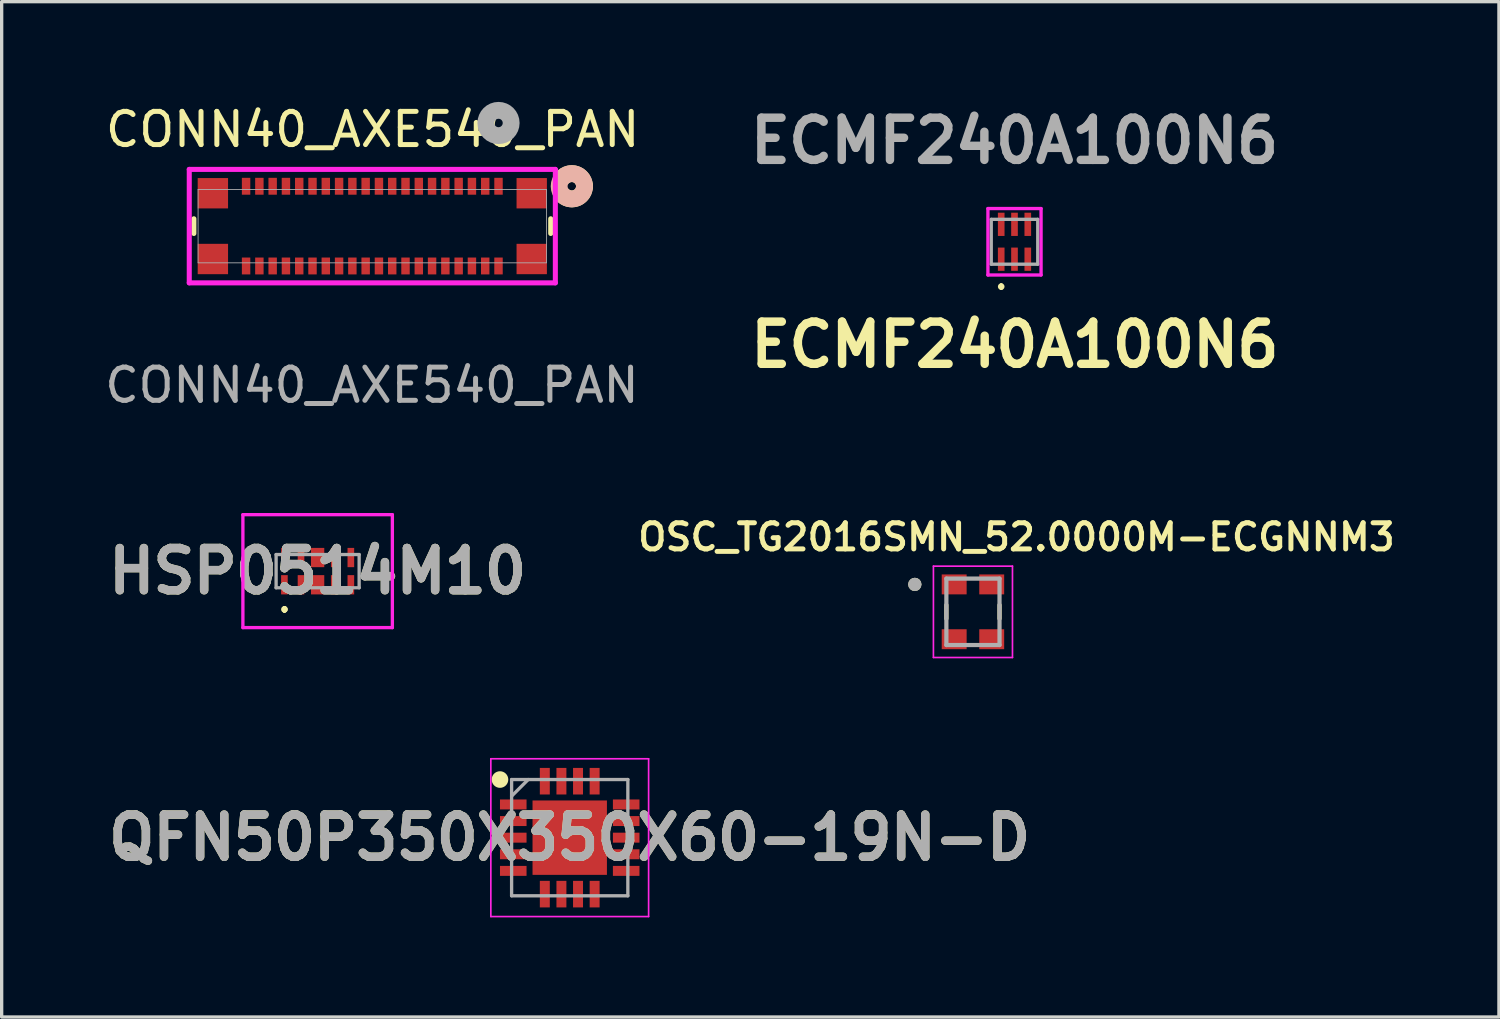
<source format=kicad_pcb>
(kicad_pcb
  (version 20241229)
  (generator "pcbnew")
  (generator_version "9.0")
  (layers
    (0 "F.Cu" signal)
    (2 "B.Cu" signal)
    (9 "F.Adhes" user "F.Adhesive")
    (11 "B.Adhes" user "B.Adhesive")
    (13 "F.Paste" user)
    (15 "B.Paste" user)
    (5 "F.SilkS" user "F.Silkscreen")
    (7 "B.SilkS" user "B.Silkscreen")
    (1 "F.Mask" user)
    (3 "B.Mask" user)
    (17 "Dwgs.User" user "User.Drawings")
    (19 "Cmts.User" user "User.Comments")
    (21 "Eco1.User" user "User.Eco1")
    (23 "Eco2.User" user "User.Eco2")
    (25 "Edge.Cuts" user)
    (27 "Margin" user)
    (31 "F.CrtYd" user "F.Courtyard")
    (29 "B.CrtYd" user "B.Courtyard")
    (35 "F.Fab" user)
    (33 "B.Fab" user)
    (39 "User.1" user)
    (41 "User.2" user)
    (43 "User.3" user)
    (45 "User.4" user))
  (footprint "HSP0514M10"
    (layer "F.Cu")
    (at 6.513 14.146)
    (property "Reference" "HSP0514M10" (at 0 0 0) (layer "F.SilkS") (effects (font (size 1.27 1.27) (thickness 0.254))))
    (attr smd)
    (fp_line (start -1 1.1) (end -1 1.1) (stroke (width 0.1) (type solid)) (layer "F.SilkS"))
    (fp_line (start -1 1.2) (end -1 1.2) (stroke (width 0.1) (type solid)) (layer "F.SilkS"))
    (fp_line (start -1 1.2) (end -1 1.2) (stroke (width 0.1) (type solid)) (layer "F.SilkS"))
    (fp_arc (start -1 1.1) (mid -0.95 1.15) (end -1 1.2) (stroke (width 0.1) (type solid)) (layer "F.SilkS"))
    (fp_arc (start -1 1.1) (mid -0.95 1.15) (end -1 1.2) (stroke (width 0.1) (type solid)) (layer "F.SilkS"))
    (fp_arc (start -1 1.2) (mid -1.05 1.15) (end -1 1.1) (stroke (width 0.1) (type solid)) (layer "F.SilkS"))
    (fp_line (start -2.25 -1.7) (end 2.25 -1.7) (stroke (width 0.1) (type solid)) (layer "F.CrtYd"))
    (fp_line (start -2.25 1.7) (end -2.25 -1.7) (stroke (width 0.1) (type solid)) (layer "F.CrtYd"))
    (fp_line (start 2.25 -1.7) (end 2.25 1.7) (stroke (width 0.1) (type solid)) (layer "F.CrtYd"))
    (fp_line (start 2.25 1.7) (end -2.25 1.7) (stroke (width 0.1) (type solid)) (layer "F.CrtYd"))
    (fp_line (start -1.25 -0.5) (end -1.25 0.5) (stroke (width 0.1) (type solid)) (layer "F.Fab"))
    (fp_line (start -1.25 0.5) (end 1.25 0.5) (stroke (width 0.1) (type solid)) (layer "F.Fab"))
    (fp_line (start 1.25 -0.5) (end -1.25 -0.5) (stroke (width 0.1) (type solid)) (layer "F.Fab"))
    (fp_line (start 1.25 0.5) (end 1.25 -0.5) (stroke (width 0.1) (type solid)) (layer "F.Fab"))
    (fp_text user "${REFERENCE}" (at 0 0 0) (layer "F.Fab") (effects (font (size 1.27 1.27) (thickness 0.254))))
    (pad "1" smd rect (at -1 0.41) (size 0.2 0.58) (layers "F.Cu" "F.Mask" "F.Paste"))
    (pad "2" smd rect (at -0.5 0.41) (size 0.2 0.58) (layers "F.Cu" "F.Mask" "F.Paste"))
    (pad "3" smd rect (at 0 0.41) (size 0.4 0.58) (layers "F.Cu" "F.Mask" "F.Paste"))
    (pad "4" smd rect (at 0.5 0.41) (size 0.2 0.58) (layers "F.Cu" "F.Mask" "F.Paste"))
    (pad "5" smd rect (at 1 0.41) (size 0.2 0.58) (layers "F.Cu" "F.Mask" "F.Paste"))
    (pad "6" smd rect (at 1 -0.41) (size 0.2 0.58) (layers "F.Cu" "F.Mask" "F.Paste"))
    (pad "7" smd rect (at 0.5 -0.41) (size 0.2 0.58) (layers "F.Cu" "F.Mask" "F.Paste"))
    (pad "8" smd rect (at 0 -0.41) (size 0.4 0.58) (layers "F.Cu" "F.Mask" "F.Paste"))
    (pad "9" smd rect (at -0.5 -0.41) (size 0.2 0.58) (layers "F.Cu" "F.Mask" "F.Paste"))
    (pad "10" smd rect (at -1 -0.41) (size 0.2 0.58) (layers "F.Cu" "F.Mask" "F.Paste")))
  (footprint "OSC_TG2016SMN_52.0000M-ECGNNM3"
    (layer "F.Cu")
    (at 26.243 15.37)
    (property "Reference" "OSC_TG2016SMN_52.0000M-ECGNNM3" (at 1.31 -2.25 0) (layer "F.SilkS") (effects (font (size 0.787 0.787) (thickness 0.15))))
    (attr smd)
    (fp_line (start -0.8 0.205) (end -0.8 -0.205) (stroke (width 0.127) (type solid)) (layer "F.SilkS"))
    (fp_line (start 0.8 -0.205) (end 0.8 0.205) (stroke (width 0.127) (type solid)) (layer "F.SilkS"))
    (fp_circle (center -1.75 -0.825) (end -1.65 -0.825) (stroke (width 0.2) (type solid)) (fill no) (layer "F.SilkS"))
    (fp_line (start -1.19 -1.375) (end -1.19 1.375) (stroke (width 0.05) (type solid)) (layer "F.CrtYd"))
    (fp_line (start -1.19 1.375) (end 1.19 1.375) (stroke (width 0.05) (type solid)) (layer "F.CrtYd"))
    (fp_line (start 1.19 -1.375) (end -1.19 -1.375) (stroke (width 0.05) (type solid)) (layer "F.CrtYd"))
    (fp_line (start 1.19 1.375) (end 1.19 -1.375) (stroke (width 0.05) (type solid)) (layer "F.CrtYd"))
    (fp_line (start -0.8 -1) (end 0.8 -1) (stroke (width 0.127) (type solid)) (layer "F.Fab"))
    (fp_line (start -0.8 1) (end -0.8 -1) (stroke (width 0.127) (type solid)) (layer "F.Fab"))
    (fp_line (start 0.8 -1) (end 0.8 1) (stroke (width 0.127) (type solid)) (layer "F.Fab"))
    (fp_line (start 0.8 1) (end -0.8 1) (stroke (width 0.127) (type solid)) (layer "F.Fab"))
    (fp_circle (center -1.75 -0.825) (end -1.65 -0.825) (stroke (width 0.2) (type solid)) (fill no) (layer "F.Fab"))
    (pad "1" smd rect (at -0.565 -0.825) (size 0.75 0.6) (layers "F.Cu" "F.Mask" "F.Paste"))
    (pad "2" smd rect (at -0.565 0.825) (size 0.75 0.6) (layers "F.Cu" "F.Mask" "F.Paste"))
    (pad "3" smd rect (at 0.565 0.825) (size 0.75 0.6) (layers "F.Cu" "F.Mask" "F.Paste"))
    (pad "4" smd rect (at 0.565 -0.825) (size 0.75 0.6) (layers "F.Cu" "F.Mask" "F.Paste")))
  (footprint "CONN40_AXE540_PAN"
    (layer "F.Cu")
    (at 8.159 3.758)
    (property "Reference" "CONN40_AXE540_PAN" (at 0.01 -2.91 0) (unlocked yes) (layer "F.SilkS") (effects (font (size 1 1) (thickness 0.15))))
    (attr smd)
    (fp_line (start -5.372 -0.221) (end -5.372 0.221) (stroke (width 0.152) (type solid)) (layer "F.SilkS"))
    (fp_line (start 5.372 0.221) (end 5.372 -0.221) (stroke (width 0.152) (type solid)) (layer "F.SilkS"))
    (fp_arc (start 5.765533 -1.494629) (mid 6.170078 -1.544382) (end 6.3881 -1.2) (stroke (width 0.508) (type solid)) (layer "F.SilkS"))
    (fp_arc (start 6.3881 -1.2) (mid 6.171364 -0.856229) (end 5.767741 -0.903574) (stroke (width 0.508) (type solid)) (layer "F.SilkS"))
    (fp_circle (center 6.007 -1.2) (end 6.388 -1.2) (stroke (width 0.508) (type solid)) (fill no) (layer "B.SilkS"))
    (fp_line (start -5.511 -1.708) (end -5.511 1.708) (stroke (width 0.152) (type solid)) (layer "F.CrtYd"))
    (fp_line (start -5.511 1.708) (end 5.511 1.708) (stroke (width 0.152) (type solid)) (layer "F.CrtYd"))
    (fp_line (start 5.511 -1.708) (end -5.511 -1.708) (stroke (width 0.152) (type solid)) (layer "F.CrtYd"))
    (fp_line (start 5.511 1.708) (end 5.511 -1.708) (stroke (width 0.152) (type solid)) (layer "F.CrtYd"))
    (fp_line (start -5.245 -1.105) (end -5.245 1.105) (stroke (width 0.025) (type solid)) (layer "F.Fab"))
    (fp_line (start -5.245 1.105) (end 5.245 1.105) (stroke (width 0.025) (type solid)) (layer "F.Fab"))
    (fp_line (start 5.245 -1.105) (end -5.245 -1.105) (stroke (width 0.025) (type solid)) (layer "F.Fab"))
    (fp_line (start 5.245 1.105) (end 5.245 -1.105) (stroke (width 0.025) (type solid)) (layer "F.Fab"))
    (fp_circle (center 3.8 -3.105) (end 4.181 -3.105) (stroke (width 0.508) (type solid)) (fill no) (layer "F.Fab"))
    (fp_text user "${REFERENCE}" (at -0.01 4.79 0) (unlocked yes) (layer "F.Fab") (effects (font (size 1 1) (thickness 0.15))))
    (pad "1" smd rect (at 3.8 -1.2) (size 0.254 0.508) (layers "F.Cu" "F.Mask" "F.Paste"))
    (pad "2" smd rect (at 3.4 -1.2) (size 0.254 0.508) (layers "F.Cu" "F.Mask" "F.Paste"))
    (pad "3" smd rect (at 3 -1.2) (size 0.254 0.508) (layers "F.Cu" "F.Mask" "F.Paste"))
    (pad "4" smd rect (at 2.6 -1.2) (size 0.254 0.508) (layers "F.Cu" "F.Mask" "F.Paste"))
    (pad "5" smd rect (at 2.2 -1.2) (size 0.254 0.508) (layers "F.Cu" "F.Mask" "F.Paste"))
    (pad "6" smd rect (at 1.8 -1.2) (size 0.254 0.508) (layers "F.Cu" "F.Mask" "F.Paste"))
    (pad "7" smd rect (at 1.4 -1.2) (size 0.254 0.508) (layers "F.Cu" "F.Mask" "F.Paste"))
    (pad "8" smd rect (at 1 -1.2) (size 0.254 0.508) (layers "F.Cu" "F.Mask" "F.Paste"))
    (pad "9" smd rect (at 0.6 -1.2) (size 0.254 0.508) (layers "F.Cu" "F.Mask" "F.Paste"))
    (pad "10" smd rect (at 0.2 -1.2) (size 0.254 0.508) (layers "F.Cu" "F.Mask" "F.Paste"))
    (pad "11" smd rect (at -0.2 -1.2) (size 0.254 0.508) (layers "F.Cu" "F.Mask" "F.Paste"))
    (pad "12" smd rect (at -0.6 -1.2) (size 0.254 0.508) (layers "F.Cu" "F.Mask" "F.Paste"))
    (pad "13" smd rect (at -1 -1.2) (size 0.254 0.508) (layers "F.Cu" "F.Mask" "F.Paste"))
    (pad "14" smd rect (at -1.4 -1.2) (size 0.254 0.508) (layers "F.Cu" "F.Mask" "F.Paste"))
    (pad "15" smd rect (at -1.8 -1.2) (size 0.254 0.508) (layers "F.Cu" "F.Mask" "F.Paste"))
    (pad "16" smd rect (at -2.2 -1.2) (size 0.254 0.508) (layers "F.Cu" "F.Mask" "F.Paste"))
    (pad "17" smd rect (at -2.6 -1.2) (size 0.254 0.508) (layers "F.Cu" "F.Mask" "F.Paste"))
    (pad "18" smd rect (at -3 -1.2) (size 0.254 0.508) (layers "F.Cu" "F.Mask" "F.Paste"))
    (pad "19" smd rect (at -3.4 -1.2) (size 0.254 0.508) (layers "F.Cu" "F.Mask" "F.Paste"))
    (pad "20" smd rect (at -3.8 -1.2) (size 0.254 0.508) (layers "F.Cu" "F.Mask" "F.Paste"))
    (pad "21" smd rect (at 3.8 1.2) (size 0.254 0.508) (layers "F.Cu" "F.Mask" "F.Paste"))
    (pad "22" smd rect (at 3.4 1.2) (size 0.254 0.508) (layers "F.Cu" "F.Mask" "F.Paste"))
    (pad "23" smd rect (at 3 1.2) (size 0.254 0.508) (layers "F.Cu" "F.Mask" "F.Paste"))
    (pad "24" smd rect (at 2.6 1.2) (size 0.254 0.508) (layers "F.Cu" "F.Mask" "F.Paste"))
    (pad "25" smd rect (at 2.2 1.2) (size 0.254 0.508) (layers "F.Cu" "F.Mask" "F.Paste"))
    (pad "26" smd rect (at 1.8 1.2) (size 0.254 0.508) (layers "F.Cu" "F.Mask" "F.Paste"))
    (pad "27" smd rect (at 1.4 1.2) (size 0.254 0.508) (layers "F.Cu" "F.Mask" "F.Paste"))
    (pad "28" smd rect (at 1 1.2) (size 0.254 0.508) (layers "F.Cu" "F.Mask" "F.Paste"))
    (pad "29" smd rect (at 0.6 1.2) (size 0.254 0.508) (layers "F.Cu" "F.Mask" "F.Paste"))
    (pad "30" smd rect (at 0.2 1.2) (size 0.254 0.508) (layers "F.Cu" "F.Mask" "F.Paste"))
    (pad "31" smd rect (at -0.2 1.2) (size 0.254 0.508) (layers "F.Cu" "F.Mask" "F.Paste"))
    (pad "32" smd rect (at -0.6 1.2) (size 0.254 0.508) (layers "F.Cu" "F.Mask" "F.Paste"))
    (pad "33" smd rect (at -1 1.2) (size 0.254 0.508) (layers "F.Cu" "F.Mask" "F.Paste"))
    (pad "34" smd rect (at -1.4 1.2) (size 0.254 0.508) (layers "F.Cu" "F.Mask" "F.Paste"))
    (pad "35" smd rect (at -1.8 1.2) (size 0.254 0.508) (layers "F.Cu" "F.Mask" "F.Paste"))
    (pad "36" smd rect (at -2.2 1.2) (size 0.254 0.508) (layers "F.Cu" "F.Mask" "F.Paste"))
    (pad "37" smd rect (at -2.6 1.2) (size 0.254 0.508) (layers "F.Cu" "F.Mask" "F.Paste"))
    (pad "38" smd rect (at -3 1.2) (size 0.254 0.508) (layers "F.Cu" "F.Mask" "F.Paste"))
    (pad "39" smd rect (at -3.4 1.2) (size 0.254 0.508) (layers "F.Cu" "F.Mask" "F.Paste"))
    (pad "40" smd rect (at -3.8 1.2) (size 0.254 0.508) (layers "F.Cu" "F.Mask" "F.Paste"))
    (pad "41" smd rect (at -4.8 -0.99) (size 0.914 0.914) (layers "F.Cu" "F.Mask" "F.Paste"))
    (pad "42" smd rect (at 4.8 -0.99) (size 0.914 0.914) (layers "F.Cu" "F.Mask" "F.Paste"))
    (pad "43" smd rect (at -4.8 0.99) (size 0.914 0.914) (layers "F.Cu" "F.Mask" "F.Paste"))
    (pad "44" smd rect (at 4.8 0.99) (size 0.914 0.914) (layers "F.Cu" "F.Mask" "F.Paste")))
  (footprint "ECMF240A100N6"
    (layer "F.Cu")
    (at 27.494 4.229)
    (property "Reference" "ECMF240A100N6" (at 0.01 3.1 0) (layer "F.SilkS") (effects (font (size 1.27 1.27) (thickness 0.254))))
    (attr smd)
    (fp_line (start -0.4 1.3) (end -0.4 1.3) (stroke (width 0.1) (type solid)) (layer "F.SilkS"))
    (fp_line (start -0.4 1.4) (end -0.4 1.4) (stroke (width 0.1) (type solid)) (layer "F.SilkS"))
    (fp_arc (start -0.4 1.3) (mid -0.35 1.35) (end -0.4 1.4) (stroke (width 0.1) (type solid)) (layer "F.SilkS"))
    (fp_arc (start -0.4 1.4) (mid -0.45 1.35) (end -0.4 1.3) (stroke (width 0.1) (type solid)) (layer "F.SilkS"))
    (fp_line (start -0.8 -1) (end 0.8 -1) (stroke (width 0.1) (type solid)) (layer "F.CrtYd"))
    (fp_line (start -0.8 1) (end -0.8 -1) (stroke (width 0.1) (type solid)) (layer "F.CrtYd"))
    (fp_line (start 0.8 -1) (end 0.8 1) (stroke (width 0.1) (type solid)) (layer "F.CrtYd"))
    (fp_line (start 0.8 1) (end -0.8 1) (stroke (width 0.1) (type solid)) (layer "F.CrtYd"))
    (fp_line (start -0.7 -0.675) (end 0.7 -0.675) (stroke (width 0.1) (type solid)) (layer "F.Fab"))
    (fp_line (start -0.7 0.675) (end -0.7 -0.675) (stroke (width 0.1) (type solid)) (layer "F.Fab"))
    (fp_line (start 0.7 -0.675) (end 0.7 0.675) (stroke (width 0.1) (type solid)) (layer "F.Fab"))
    (fp_line (start 0.7 0.675) (end -0.7 0.675) (stroke (width 0.1) (type solid)) (layer "F.Fab"))
    (fp_text user "${REFERENCE}" (at 0 -3.04 0) (layer "F.Fab") (effects (font (size 1.27 1.27) (thickness 0.254))))
    (pad "1" smd rect (at -0.4 0.525) (size 0.2 0.7) (layers "F.Cu" "F.Mask" "F.Paste"))
    (pad "2" smd rect (at 0 0.525) (size 0.2 0.7) (layers "F.Cu" "F.Mask" "F.Paste"))
    (pad "3" smd rect (at 0.4 0.525) (size 0.2 0.7) (layers "F.Cu" "F.Mask" "F.Paste"))
    (pad "4" smd rect (at 0.4 -0.525) (size 0.2 0.7) (layers "F.Cu" "F.Mask" "F.Paste"))
    (pad "5" smd rect (at 0 -0.525) (size 0.2 0.7) (layers "F.Cu" "F.Mask" "F.Paste"))
    (pad "6" smd rect (at -0.4 -0.525) (size 0.2 0.7) (layers "F.Cu" "F.Mask" "F.Paste")))
  (footprint "QFN50P350X350X60-19N-D"
    (layer "F.Cu")
    (at 14.103 22.17)
    (property "Reference" "QFN50P350X350X60-19N-D" (at 0 0 0) (layer "F.SilkS") (effects (font (size 1.27 1.27) (thickness 0.254))))
    (attr smd)
    (fp_circle (center -2.1 -1.75) (end -2.1 -1.625) (stroke (width 0.25) (type solid)) (fill no) (layer "F.SilkS"))
    (fp_line (start -2.375 -2.375) (end 2.375 -2.375) (stroke (width 0.05) (type solid)) (layer "F.CrtYd"))
    (fp_line (start -2.375 2.375) (end -2.375 -2.375) (stroke (width 0.05) (type solid)) (layer "F.CrtYd"))
    (fp_line (start 2.375 -2.375) (end 2.375 2.375) (stroke (width 0.05) (type solid)) (layer "F.CrtYd"))
    (fp_line (start 2.375 2.375) (end -2.375 2.375) (stroke (width 0.05) (type solid)) (layer "F.CrtYd"))
    (fp_line (start -1.75 -1.75) (end 1.75 -1.75) (stroke (width 0.1) (type solid)) (layer "F.Fab"))
    (fp_line (start -1.75 -1.25) (end -1.25 -1.75) (stroke (width 0.1) (type solid)) (layer "F.Fab"))
    (fp_line (start -1.75 1.75) (end -1.75 -1.75) (stroke (width 0.1) (type solid)) (layer "F.Fab"))
    (fp_line (start 1.75 -1.75) (end 1.75 1.75) (stroke (width 0.1) (type solid)) (layer "F.Fab"))
    (fp_line (start 1.75 1.75) (end -1.75 1.75) (stroke (width 0.1) (type solid)) (layer "F.Fab"))
    (fp_text user "${REFERENCE}" (at 0 0 0) (layer "F.Fab") (effects (font (size 1.27 1.27) (thickness 0.254))))
    (pad "1" smd rect (at -1.7 -1 90) (size 0.3 0.8) (layers "F.Cu" "F.Mask" "F.Paste"))
    (pad "2" smd rect (at -1.7 -0.5 90) (size 0.3 0.8) (layers "F.Cu" "F.Mask" "F.Paste"))
    (pad "3" smd rect (at -1.7 0 90) (size 0.3 0.8) (layers "F.Cu" "F.Mask" "F.Paste"))
    (pad "4" smd rect (at -1.7 0.5 90) (size 0.3 0.8) (layers "F.Cu" "F.Mask" "F.Paste"))
    (pad "5" smd rect (at -1.7 1 90) (size 0.3 0.8) (layers "F.Cu" "F.Mask" "F.Paste"))
    (pad "6" smd rect (at -0.75 1.7) (size 0.3 0.8) (layers "F.Cu" "F.Mask" "F.Paste"))
    (pad "7" smd rect (at -0.25 1.7) (size 0.3 0.8) (layers "F.Cu" "F.Mask" "F.Paste"))
    (pad "8" smd rect (at 0.25 1.7) (size 0.3 0.8) (layers "F.Cu" "F.Mask" "F.Paste"))
    (pad "9" smd rect (at 0.75 1.7) (size 0.3 0.8) (layers "F.Cu" "F.Mask" "F.Paste"))
    (pad "10" smd rect (at 1.7 1 90) (size 0.3 0.8) (layers "F.Cu" "F.Mask" "F.Paste"))
    (pad "11" smd rect (at 1.7 0.5 90) (size 0.3 0.8) (layers "F.Cu" "F.Mask" "F.Paste"))
    (pad "12" smd rect (at 1.7 0 90) (size 0.3 0.8) (layers "F.Cu" "F.Mask" "F.Paste"))
    (pad "13" smd rect (at 1.7 -0.5 90) (size 0.3 0.8) (layers "F.Cu" "F.Mask" "F.Paste"))
    (pad "14" smd rect (at 1.7 -1 90) (size 0.3 0.8) (layers "F.Cu" "F.Mask" "F.Paste"))
    (pad "15" smd rect (at 0.75 -1.7) (size 0.3 0.8) (layers "F.Cu" "F.Mask" "F.Paste"))
    (pad "16" smd rect (at 0.25 -1.7) (size 0.3 0.8) (layers "F.Cu" "F.Mask" "F.Paste"))
    (pad "17" smd rect (at -0.25 -1.7) (size 0.3 0.8) (layers "F.Cu" "F.Mask" "F.Paste"))
    (pad "18" smd rect (at -0.75 -1.7) (size 0.3 0.8) (layers "F.Cu" "F.Mask" "F.Paste"))
    (pad "19" smd rect (at 0 0) (size 2.24 2.24) (layers "F.Cu" "F.Mask" "F.Paste")))
  (gr_rect
    (start -3 -3)
    (end 42.079 27.57)
    (stroke (width 0.1) (type default))
    (fill no)
    (layer "Edge.Cuts")))
</source>
